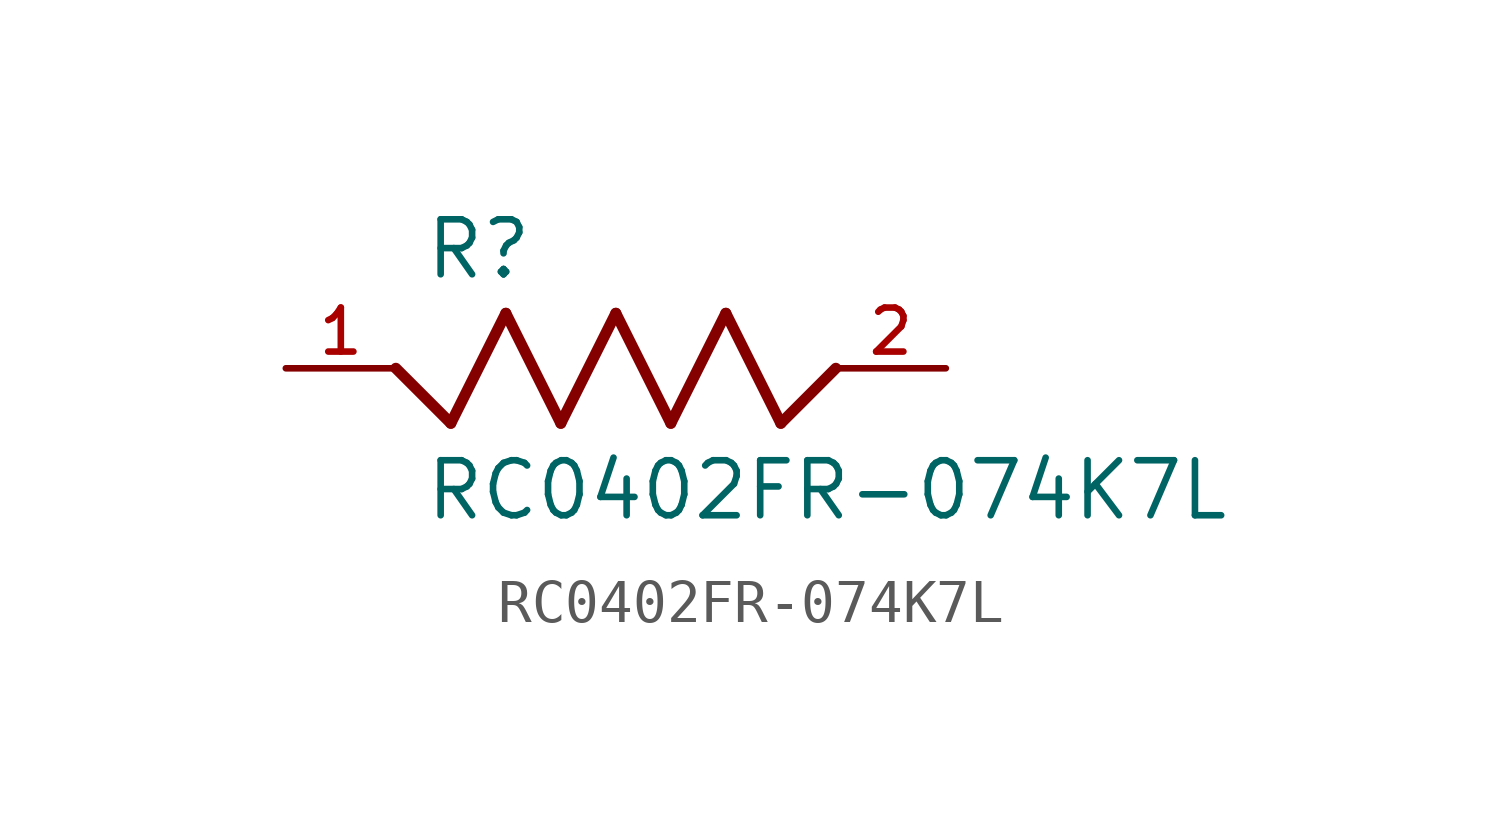
<source format=kicad_sym>
(kicad_symbol_lib
  (version 20211014)
  (generator kicad_symbol_editor)
  (symbol "RC0402FR-074K7L"
    (pin_names
      (offset 1.016))
    (property "Reference" "R"
      (at -4.447 2.007 0)
      (effects (font (size 1.27 1.27)) (justify bottom left)))
    (property "Value" "RC0402FR-074K7L"
      (at -4.447 -3.557 0)
      (effects (font (size 1.27 1.27)) (justify bottom left)))
    (symbol "RC0402FR-074K7L_0_0"
      (polyline (pts (xy -5.08 0.0) (xy -3.81 -1.27)) (stroke (width 0.254)))
      (polyline (pts (xy -3.81 -1.27) (xy -2.54 1.27)) (stroke (width 0.254)))
      (polyline (pts (xy -2.54 1.27) (xy -1.27 -1.27)) (stroke (width 0.254)))
      (polyline (pts (xy -1.27 -1.27) (xy 0.0 1.27)) (stroke (width 0.254)))
      (polyline (pts (xy 0.0 1.27) (xy 1.27 -1.27)) (stroke (width 0.254)))
      (polyline (pts (xy 1.27 -1.27) (xy 2.54 1.27)) (stroke (width 0.254)))
      (polyline (pts (xy 2.54 1.27) (xy 3.81 -1.27)) (stroke (width 0.254)))
      (polyline (pts (xy 3.81 -1.27) (xy 5.08 0.0)) (stroke (width 0.254)))
      (pin passive line (at -7.62 0.0 0) (length 2.54) (name "~" (effects (font (size 1.016 1.016)))) (number "1" (effects (font (size 1.016 1.016)))))
      (pin passive line (at 7.62 0.0 180.0) (length 2.54) (name "~" (effects (font (size 1.016 1.016)))) (number "2" (effects (font (size 1.016 1.016))))))))
</source>
